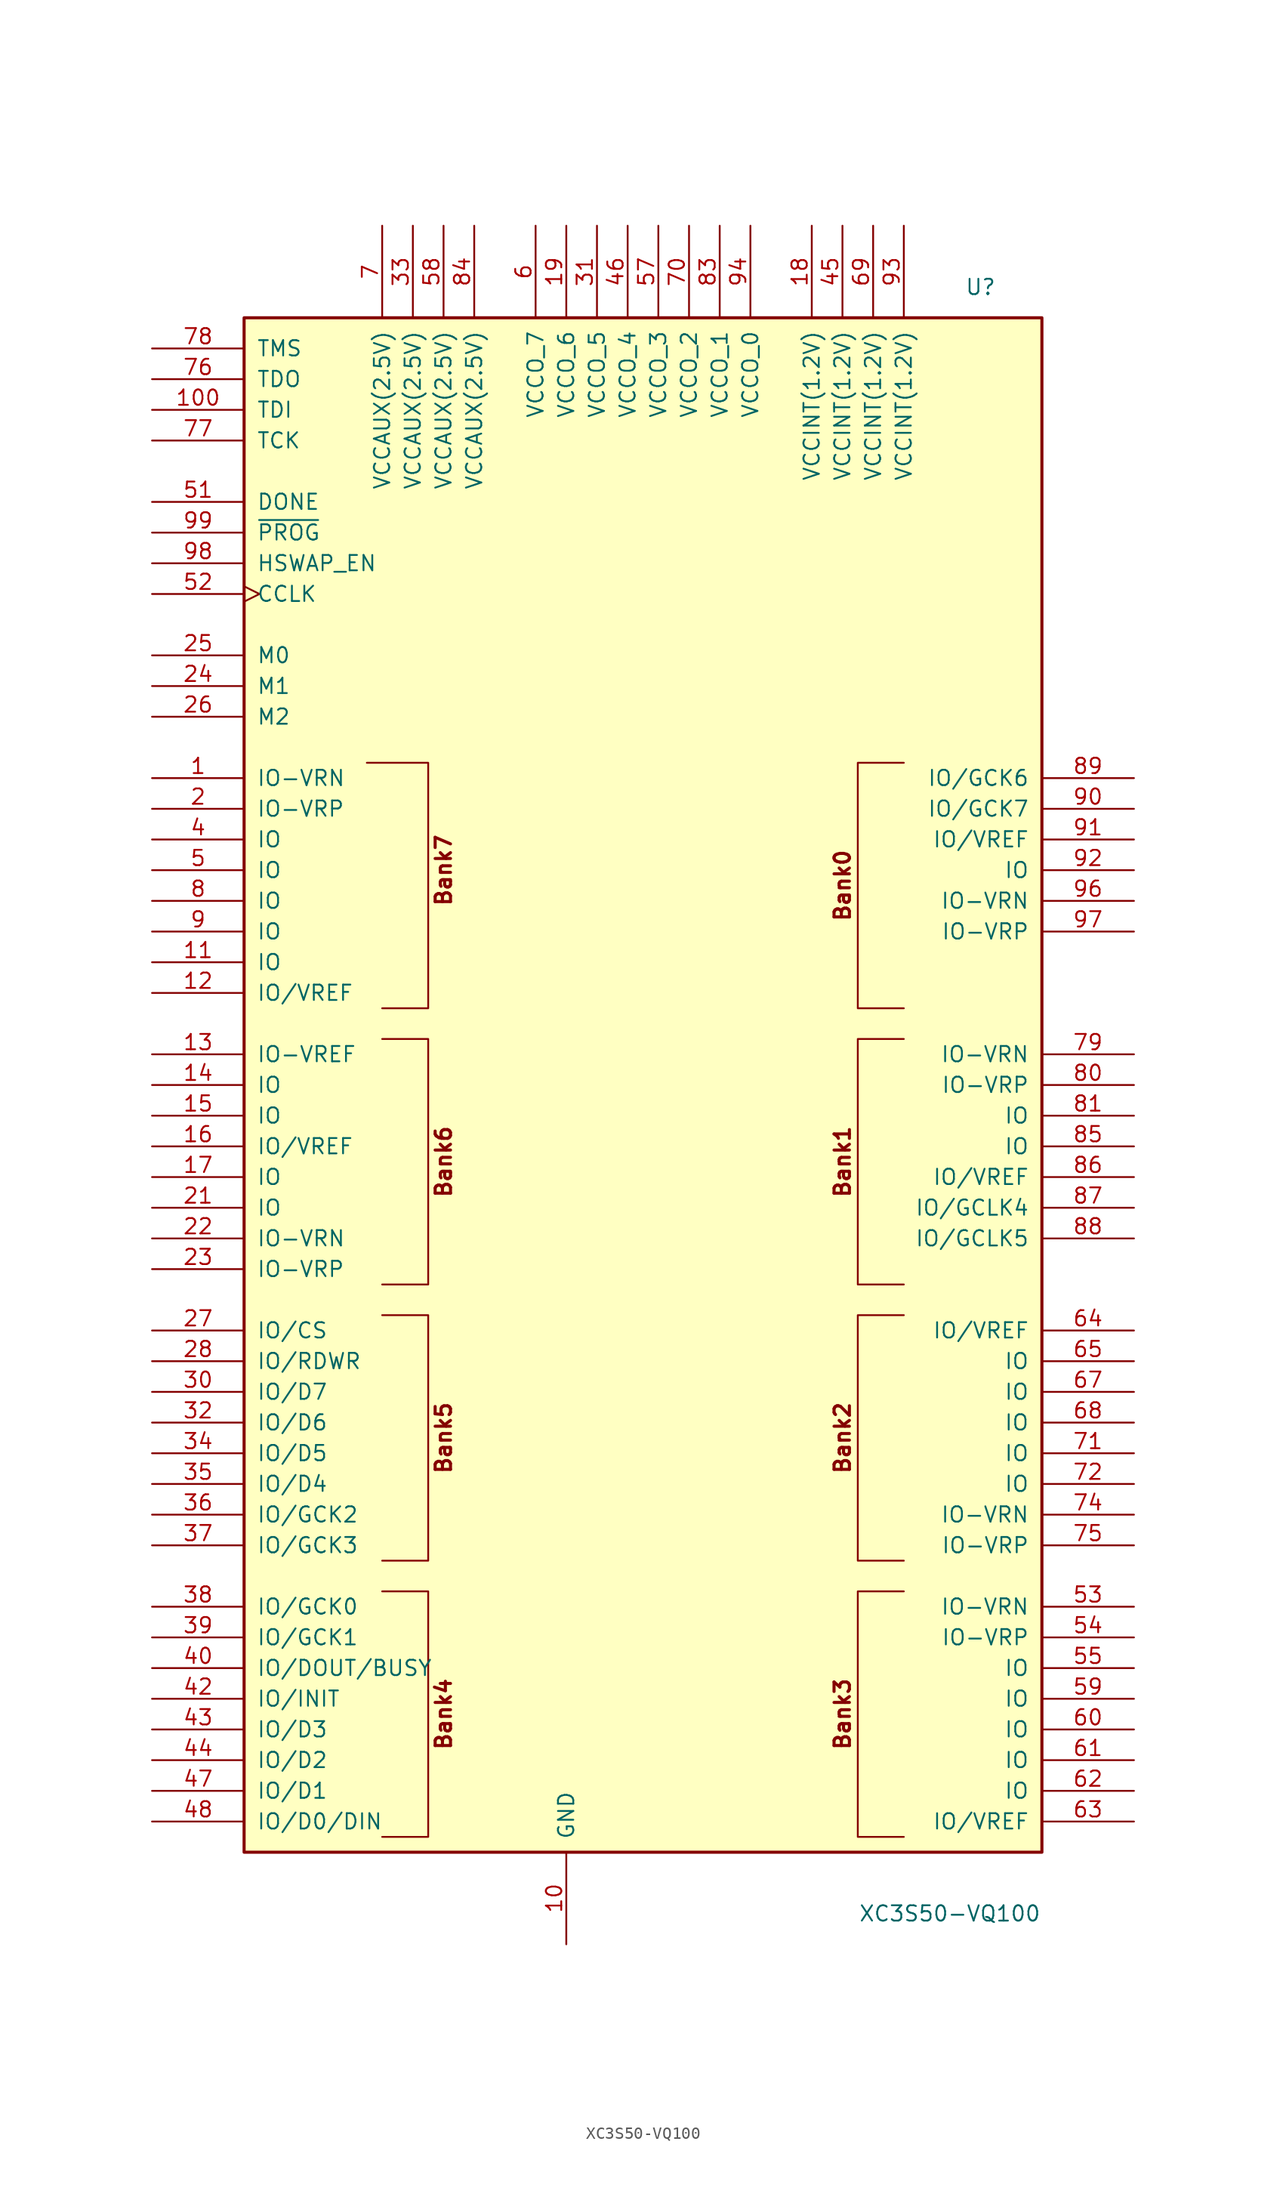
<source format=kicad_sym>
(kicad_symbol_lib
  (version 20220914)
  (generator kicad_symbol_editor)
  (symbol "XC3S50-VQ100"
    (pin_names
      (offset 1.016))
    (property "Reference" "U"
      (at 26.67 66.04 0)
      (effects (font (size 1.27 1.27))))
    (property "Value" "XC3S50-VQ100"
      (at 24.13 -68.58 0)
      (effects (font (size 1.27 1.27))))
    (symbol "XC3S50-VQ100_0_0"
      (rectangle (start -34.29 63.5) (end 31.75 -63.5) (stroke (width 0.254) (type default)) (fill (type background)))
      (text "Bank0" (at 15.24 16.51 900) (effects (font (size 1.27 1.27) bold)))
      (text "Bank1" (at 15.24 -6.35 900) (effects (font (size 1.27 1.27) bold)))
      (text "Bank2" (at 15.24 -29.21 900) (effects (font (size 1.27 1.27) bold)))
      (text "Bank3" (at 15.24 -52.07 900) (effects (font (size 1.27 1.27) bold)))
      (text "Bank4" (at -17.78 -52.07 900) (effects (font (size 1.27 1.27) bold)))
      (text "Bank5" (at -17.78 -29.21 900) (effects (font (size 1.27 1.27) bold)))
      (text "Bank6" (at -17.78 -6.35 900) (effects (font (size 1.27 1.27) bold)))
      (text "Bank7" (at -17.78 17.78 900) (effects (font (size 1.27 1.27) bold))))
    (symbol "XC3S50-VQ100_0_1"
      (polyline (pts (xy -24.13 26.67) (xy -19.05 26.67) (xy -19.05 6.35) (xy -22.86 6.35) (xy -22.86 6.35)) (stroke (width 0) (type default)) (fill (type none)))
      (polyline (pts (xy -22.86 -41.91) (xy -19.05 -41.91) (xy -19.05 -62.23) (xy -22.86 -62.23) (xy -22.86 -62.23)) (stroke (width 0) (type default)) (fill (type none)))
      (polyline (pts (xy -22.86 -19.05) (xy -19.05 -19.05) (xy -19.05 -39.37) (xy -22.86 -39.37) (xy -22.86 -39.37)) (stroke (width 0) (type default)) (fill (type none)))
      (polyline (pts (xy -22.86 3.81) (xy -19.05 3.81) (xy -19.05 -16.51) (xy -22.86 -16.51) (xy -22.86 -16.51)) (stroke (width 0) (type default)) (fill (type none)))
      (polyline (pts (xy 20.32 -41.91) (xy 16.51 -41.91) (xy 16.51 -62.23) (xy 20.32 -62.23) (xy 20.32 -62.23)) (stroke (width 0) (type default)) (fill (type none)))
      (polyline (pts (xy 20.32 -19.05) (xy 16.51 -19.05) (xy 16.51 -39.37) (xy 20.32 -39.37) (xy 20.32 -39.37)) (stroke (width 0) (type default)) (fill (type none)))
      (polyline (pts (xy 20.32 3.81) (xy 16.51 3.81) (xy 16.51 -16.51) (xy 20.32 -16.51) (xy 20.32 -16.51)) (stroke (width 0) (type default)) (fill (type none)))
      (polyline (pts (xy 20.32 26.67) (xy 16.51 26.67) (xy 16.51 6.35) (xy 20.32 6.35) (xy 20.32 6.35)) (stroke (width 0) (type default)) (fill (type none))))
    (symbol "XC3S50-VQ100_1_1"
      (pin bidirectional line (at -41.91 25.4 0) (length 7.62) (name "IO-VRN" (effects (font (size 1.27 1.27)))) (number "1" (effects (font (size 1.27 1.27)))))
      (pin power_in line (at -7.62 -71.12 90) (length 7.62) (name "GND" (effects (font (size 1.27 1.27)))) (number "10" (effects (font (size 1.27 1.27)))))
      (pin input line (at -41.91 55.88 0) (length 7.62) (name "TDI" (effects (font (size 1.27 1.27)))) (number "100" (effects (font (size 1.27 1.27)))))
      (pin bidirectional line (at -41.91 10.16 0) (length 7.62) (name "IO" (effects (font (size 1.27 1.27)))) (number "11" (effects (font (size 1.27 1.27)))))
      (pin bidirectional line (at -41.91 7.62 0) (length 7.62) (name "IO/VREF" (effects (font (size 1.27 1.27)))) (number "12" (effects (font (size 1.27 1.27)))))
      (pin input line (at -41.91 2.54 0) (length 7.62) (name "IO-VREF" (effects (font (size 1.27 1.27)))) (number "13" (effects (font (size 1.27 1.27)))))
      (pin bidirectional line (at -41.91 0 0) (length 7.62) (name "IO" (effects (font (size 1.27 1.27)))) (number "14" (effects (font (size 1.27 1.27)))))
      (pin bidirectional line (at -41.91 -2.54 0) (length 7.62) (name "IO" (effects (font (size 1.27 1.27)))) (number "15" (effects (font (size 1.27 1.27)))))
      (pin bidirectional line (at -41.91 -5.08 0) (length 7.62) (name "IO/VREF" (effects (font (size 1.27 1.27)))) (number "16" (effects (font (size 1.27 1.27)))))
      (pin bidirectional line (at -41.91 -7.62 0) (length 7.62) (name "IO" (effects (font (size 1.27 1.27)))) (number "17" (effects (font (size 1.27 1.27)))))
      (pin power_in line (at 12.7 71.12 270) (length 7.62) (name "VCCINT(1.2V)" (effects (font (size 1.27 1.27)))) (number "18" (effects (font (size 1.27 1.27)))))
      (pin power_in line (at -7.62 71.12 270) (length 7.62) (name "VCCO_6" (effects (font (size 1.27 1.27)))) (number "19" (effects (font (size 1.27 1.27)))))
      (pin bidirectional line (at -41.91 22.86 0) (length 7.62) (name "IO-VRP" (effects (font (size 1.27 1.27)))) (number "2" (effects (font (size 1.27 1.27)))))
      (pin passive line (at -7.62 -71.12 90) (length 7.62) hide (name "GND" (effects (font (size 1.27 1.27)))) (number "20" (effects (font (size 1.27 1.27)))))
      (pin bidirectional line (at -41.91 -10.16 0) (length 7.62) (name "IO" (effects (font (size 1.27 1.27)))) (number "21" (effects (font (size 1.27 1.27)))))
      (pin bidirectional line (at -41.91 -12.7 0) (length 7.62) (name "IO-VRN" (effects (font (size 1.27 1.27)))) (number "22" (effects (font (size 1.27 1.27)))))
      (pin bidirectional line (at -41.91 -15.24 0) (length 7.62) (name "IO-VRP" (effects (font (size 1.27 1.27)))) (number "23" (effects (font (size 1.27 1.27)))))
      (pin input line (at -41.91 33.02 0) (length 7.62) (name "M1" (effects (font (size 1.27 1.27)))) (number "24" (effects (font (size 1.27 1.27)))))
      (pin input line (at -41.91 35.56 0) (length 7.62) (name "M0" (effects (font (size 1.27 1.27)))) (number "25" (effects (font (size 1.27 1.27)))))
      (pin input line (at -41.91 30.48 0) (length 7.62) (name "M2" (effects (font (size 1.27 1.27)))) (number "26" (effects (font (size 1.27 1.27)))))
      (pin bidirectional line (at -41.91 -20.32 0) (length 7.62) (name "IO/CS" (effects (font (size 1.27 1.27)))) (number "27" (effects (font (size 1.27 1.27)))))
      (pin bidirectional line (at -41.91 -22.86 0) (length 7.62) (name "IO/RDWR" (effects (font (size 1.27 1.27)))) (number "28" (effects (font (size 1.27 1.27)))))
      (pin passive line (at -7.62 -71.12 90) (length 7.62) hide (name "GND" (effects (font (size 1.27 1.27)))) (number "29" (effects (font (size 1.27 1.27)))))
      (pin passive line (at -7.62 -71.12 90) (length 7.62) hide (name "GND" (effects (font (size 1.27 1.27)))) (number "3" (effects (font (size 1.27 1.27)))))
      (pin bidirectional line (at -41.91 -25.4 0) (length 7.62) (name "IO/D7" (effects (font (size 1.27 1.27)))) (number "30" (effects (font (size 1.27 1.27)))))
      (pin power_in line (at -5.08 71.12 270) (length 7.62) (name "VCCO_5" (effects (font (size 1.27 1.27)))) (number "31" (effects (font (size 1.27 1.27)))))
      (pin bidirectional line (at -41.91 -27.94 0) (length 7.62) (name "IO/D6" (effects (font (size 1.27 1.27)))) (number "32" (effects (font (size 1.27 1.27)))))
      (pin power_in line (at -20.32 71.12 270) (length 7.62) (name "VCCAUX(2.5V)" (effects (font (size 1.27 1.27)))) (number "33" (effects (font (size 1.27 1.27)))))
      (pin bidirectional line (at -41.91 -30.48 0) (length 7.62) (name "IO/D5" (effects (font (size 1.27 1.27)))) (number "34" (effects (font (size 1.27 1.27)))))
      (pin bidirectional line (at -41.91 -33.02 0) (length 7.62) (name "IO/D4" (effects (font (size 1.27 1.27)))) (number "35" (effects (font (size 1.27 1.27)))))
      (pin bidirectional line (at -41.91 -35.56 0) (length 7.62) (name "IO/GCK2" (effects (font (size 1.27 1.27)))) (number "36" (effects (font (size 1.27 1.27)))))
      (pin bidirectional line (at -41.91 -38.1 0) (length 7.62) (name "IO/GCK3" (effects (font (size 1.27 1.27)))) (number "37" (effects (font (size 1.27 1.27)))))
      (pin bidirectional line (at -41.91 -43.18 0) (length 7.62) (name "IO/GCK0" (effects (font (size 1.27 1.27)))) (number "38" (effects (font (size 1.27 1.27)))))
      (pin bidirectional line (at -41.91 -45.72 0) (length 7.62) (name "IO/GCK1" (effects (font (size 1.27 1.27)))) (number "39" (effects (font (size 1.27 1.27)))))
      (pin bidirectional line (at -41.91 20.32 0) (length 7.62) (name "IO" (effects (font (size 1.27 1.27)))) (number "4" (effects (font (size 1.27 1.27)))))
      (pin bidirectional line (at -41.91 -48.26 0) (length 7.62) (name "IO/DOUT/BUSY" (effects (font (size 1.27 1.27)))) (number "40" (effects (font (size 1.27 1.27)))))
      (pin passive line (at -7.62 -71.12 90) (length 7.62) hide (name "GND" (effects (font (size 1.27 1.27)))) (number "41" (effects (font (size 1.27 1.27)))))
      (pin bidirectional line (at -41.91 -50.8 0) (length 7.62) (name "IO/INIT" (effects (font (size 1.27 1.27)))) (number "42" (effects (font (size 1.27 1.27)))))
      (pin bidirectional line (at -41.91 -53.34 0) (length 7.62) (name "IO/D3" (effects (font (size 1.27 1.27)))) (number "43" (effects (font (size 1.27 1.27)))))
      (pin bidirectional line (at -41.91 -55.88 0) (length 7.62) (name "IO/D2" (effects (font (size 1.27 1.27)))) (number "44" (effects (font (size 1.27 1.27)))))
      (pin power_in line (at 15.24 71.12 270) (length 7.62) (name "VCCINT(1.2V)" (effects (font (size 1.27 1.27)))) (number "45" (effects (font (size 1.27 1.27)))))
      (pin power_in line (at -2.54 71.12 270) (length 7.62) (name "VCCO_4" (effects (font (size 1.27 1.27)))) (number "46" (effects (font (size 1.27 1.27)))))
      (pin bidirectional line (at -41.91 -58.42 0) (length 7.62) (name "IO/D1" (effects (font (size 1.27 1.27)))) (number "47" (effects (font (size 1.27 1.27)))))
      (pin bidirectional line (at -41.91 -60.96 0) (length 7.62) (name "IO/D0/DIN" (effects (font (size 1.27 1.27)))) (number "48" (effects (font (size 1.27 1.27)))))
      (pin bidirectional line (at -41.91 17.78 0) (length 7.62) (name "IO" (effects (font (size 1.27 1.27)))) (number "5" (effects (font (size 1.27 1.27)))))
      (pin open_collector line (at -41.91 48.26 0) (length 7.62) (name "DONE" (effects (font (size 1.27 1.27)))) (number "51" (effects (font (size 1.27 1.27)))))
      (pin input clock (at -41.91 40.64 0) (length 7.62) (name "CCLK" (effects (font (size 1.27 1.27)))) (number "52" (effects (font (size 1.27 1.27)))))
      (pin bidirectional line (at 39.37 -43.18 180) (length 7.62) (name "IO-VRN" (effects (font (size 1.27 1.27)))) (number "53" (effects (font (size 1.27 1.27)))))
      (pin bidirectional line (at 39.37 -45.72 180) (length 7.62) (name "IO-VRP" (effects (font (size 1.27 1.27)))) (number "54" (effects (font (size 1.27 1.27)))))
      (pin bidirectional line (at 39.37 -48.26 180) (length 7.62) (name "IO" (effects (font (size 1.27 1.27)))) (number "55" (effects (font (size 1.27 1.27)))))
      (pin power_in line (at 0 71.12 270) (length 7.62) (name "VCCO_3" (effects (font (size 1.27 1.27)))) (number "57" (effects (font (size 1.27 1.27)))))
      (pin power_in line (at -17.78 71.12 270) (length 7.62) (name "VCCAUX(2.5V)" (effects (font (size 1.27 1.27)))) (number "58" (effects (font (size 1.27 1.27)))))
      (pin bidirectional line (at 39.37 -50.8 180) (length 7.62) (name "IO" (effects (font (size 1.27 1.27)))) (number "59" (effects (font (size 1.27 1.27)))))
      (pin power_in line (at -10.16 71.12 270) (length 7.62) (name "VCCO_7" (effects (font (size 1.27 1.27)))) (number "6" (effects (font (size 1.27 1.27)))))
      (pin bidirectional line (at 39.37 -53.34 180) (length 7.62) (name "IO" (effects (font (size 1.27 1.27)))) (number "60" (effects (font (size 1.27 1.27)))))
      (pin bidirectional line (at 39.37 -55.88 180) (length 7.62) (name "IO" (effects (font (size 1.27 1.27)))) (number "61" (effects (font (size 1.27 1.27)))))
      (pin bidirectional line (at 39.37 -58.42 180) (length 7.62) (name "IO" (effects (font (size 1.27 1.27)))) (number "62" (effects (font (size 1.27 1.27)))))
      (pin bidirectional line (at 39.37 -60.96 180) (length 7.62) (name "IO/VREF" (effects (font (size 1.27 1.27)))) (number "63" (effects (font (size 1.27 1.27)))))
      (pin bidirectional line (at 39.37 -20.32 180) (length 7.62) (name "IO/VREF" (effects (font (size 1.27 1.27)))) (number "64" (effects (font (size 1.27 1.27)))))
      (pin bidirectional line (at 39.37 -22.86 180) (length 7.62) (name "IO" (effects (font (size 1.27 1.27)))) (number "65" (effects (font (size 1.27 1.27)))))
      (pin passive line (at -7.62 -71.12 90) (length 7.62) hide (name "GND" (effects (font (size 1.27 1.27)))) (number "66" (effects (font (size 1.27 1.27)))))
      (pin bidirectional line (at 39.37 -25.4 180) (length 7.62) (name "IO" (effects (font (size 1.27 1.27)))) (number "67" (effects (font (size 1.27 1.27)))))
      (pin bidirectional line (at 39.37 -27.94 180) (length 7.62) (name "IO" (effects (font (size 1.27 1.27)))) (number "68" (effects (font (size 1.27 1.27)))))
      (pin power_in line (at 17.78 71.12 270) (length 7.62) (name "VCCINT(1.2V)" (effects (font (size 1.27 1.27)))) (number "69" (effects (font (size 1.27 1.27)))))
      (pin power_in line (at -22.86 71.12 270) (length 7.62) (name "VCCAUX(2.5V)" (effects (font (size 1.27 1.27)))) (number "7" (effects (font (size 1.27 1.27)))))
      (pin power_in line (at 2.54 71.12 270) (length 7.62) (name "VCCO_2" (effects (font (size 1.27 1.27)))) (number "70" (effects (font (size 1.27 1.27)))))
      (pin bidirectional line (at 39.37 -30.48 180) (length 7.62) (name "IO" (effects (font (size 1.27 1.27)))) (number "71" (effects (font (size 1.27 1.27)))))
      (pin bidirectional line (at 39.37 -33.02 180) (length 7.62) (name "IO" (effects (font (size 1.27 1.27)))) (number "72" (effects (font (size 1.27 1.27)))))
      (pin passive line (at -7.62 -71.12 90) (length 7.62) hide (name "GND" (effects (font (size 1.27 1.27)))) (number "73" (effects (font (size 1.27 1.27)))))
      (pin bidirectional line (at 39.37 -35.56 180) (length 7.62) (name "IO-VRN" (effects (font (size 1.27 1.27)))) (number "74" (effects (font (size 1.27 1.27)))))
      (pin bidirectional line (at 39.37 -38.1 180) (length 7.62) (name "IO-VRP" (effects (font (size 1.27 1.27)))) (number "75" (effects (font (size 1.27 1.27)))))
      (pin output line (at -41.91 58.42 0) (length 7.62) (name "TDO" (effects (font (size 1.27 1.27)))) (number "76" (effects (font (size 1.27 1.27)))))
      (pin input line (at -41.91 53.34 0) (length 7.62) (name "TCK" (effects (font (size 1.27 1.27)))) (number "77" (effects (font (size 1.27 1.27)))))
      (pin input line (at -41.91 60.96 0) (length 7.62) (name "TMS" (effects (font (size 1.27 1.27)))) (number "78" (effects (font (size 1.27 1.27)))))
      (pin bidirectional line (at 39.37 2.54 180) (length 7.62) (name "IO-VRN" (effects (font (size 1.27 1.27)))) (number "79" (effects (font (size 1.27 1.27)))))
      (pin bidirectional line (at -41.91 15.24 0) (length 7.62) (name "IO" (effects (font (size 1.27 1.27)))) (number "8" (effects (font (size 1.27 1.27)))))
      (pin bidirectional line (at 39.37 0 180) (length 7.62) (name "IO-VRP" (effects (font (size 1.27 1.27)))) (number "80" (effects (font (size 1.27 1.27)))))
      (pin bidirectional line (at 39.37 -2.54 180) (length 7.62) (name "IO" (effects (font (size 1.27 1.27)))) (number "81" (effects (font (size 1.27 1.27)))))
      (pin passive line (at -7.62 -71.12 90) (length 7.62) hide (name "GND" (effects (font (size 1.27 1.27)))) (number "82" (effects (font (size 1.27 1.27)))))
      (pin passive line (at 5.08 71.12 270) (length 7.62) (name "VCCO_1" (effects (font (size 1.27 1.27)))) (number "83" (effects (font (size 1.27 1.27)))))
      (pin power_in line (at -15.24 71.12 270) (length 7.62) (name "VCCAUX(2.5V)" (effects (font (size 1.27 1.27)))) (number "84" (effects (font (size 1.27 1.27)))))
      (pin bidirectional line (at 39.37 -5.08 180) (length 7.62) (name "IO" (effects (font (size 1.27 1.27)))) (number "85" (effects (font (size 1.27 1.27)))))
      (pin bidirectional line (at 39.37 -7.62 180) (length 7.62) (name "IO/VREF" (effects (font (size 1.27 1.27)))) (number "86" (effects (font (size 1.27 1.27)))))
      (pin bidirectional line (at 39.37 -10.16 180) (length 7.62) (name "IO/GCLK4" (effects (font (size 1.27 1.27)))) (number "87" (effects (font (size 1.27 1.27)))))
      (pin bidirectional line (at 39.37 -12.7 180) (length 7.62) (name "IO/GCLK5" (effects (font (size 1.27 1.27)))) (number "88" (effects (font (size 1.27 1.27)))))
      (pin bidirectional line (at 39.37 25.4 180) (length 7.62) (name "IO/GCK6" (effects (font (size 1.27 1.27)))) (number "89" (effects (font (size 1.27 1.27)))))
      (pin bidirectional line (at -41.91 12.7 0) (length 7.62) (name "IO" (effects (font (size 1.27 1.27)))) (number "9" (effects (font (size 1.27 1.27)))))
      (pin bidirectional line (at 39.37 22.86 180) (length 7.62) (name "IO/GCK7" (effects (font (size 1.27 1.27)))) (number "90" (effects (font (size 1.27 1.27)))))
      (pin bidirectional line (at 39.37 20.32 180) (length 7.62) (name "IO/VREF" (effects (font (size 1.27 1.27)))) (number "91" (effects (font (size 1.27 1.27)))))
      (pin bidirectional line (at 39.37 17.78 180) (length 7.62) (name "IO" (effects (font (size 1.27 1.27)))) (number "92" (effects (font (size 1.27 1.27)))))
      (pin power_in line (at 20.32 71.12 270) (length 7.62) (name "VCCINT(1.2V)" (effects (font (size 1.27 1.27)))) (number "93" (effects (font (size 1.27 1.27)))))
      (pin passive line (at 7.62 71.12 270) (length 7.62) (name "VCCO_0" (effects (font (size 1.27 1.27)))) (number "94" (effects (font (size 1.27 1.27)))))
      (pin passive line (at -7.62 -71.12 90) (length 7.62) hide (name "GND" (effects (font (size 1.27 1.27)))) (number "95" (effects (font (size 1.27 1.27)))))
      (pin bidirectional line (at 39.37 15.24 180) (length 7.62) (name "IO-VRN" (effects (font (size 1.27 1.27)))) (number "96" (effects (font (size 1.27 1.27)))))
      (pin bidirectional line (at 39.37 12.7 180) (length 7.62) (name "IO-VRP" (effects (font (size 1.27 1.27)))) (number "97" (effects (font (size 1.27 1.27)))))
      (pin bidirectional line (at -41.91 43.18 0) (length 7.62) (name "HSWAP_EN" (effects (font (size 1.27 1.27)))) (number "98" (effects (font (size 1.27 1.27)))))
      (pin input line (at -41.91 45.72 0) (length 7.62) (name "~{PROG}" (effects (font (size 1.27 1.27)))) (number "99" (effects (font (size 1.27 1.27))))))))
</source>
